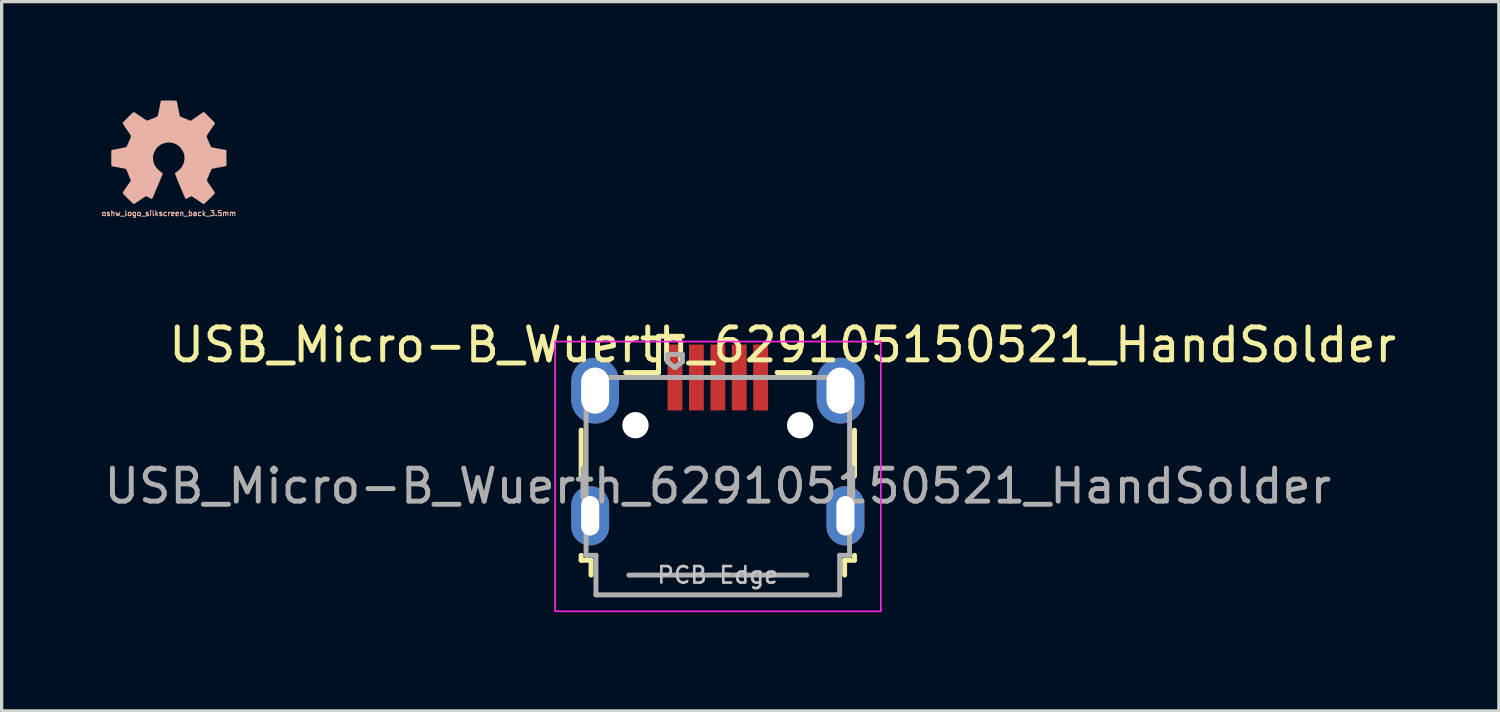
<source format=kicad_pcb>
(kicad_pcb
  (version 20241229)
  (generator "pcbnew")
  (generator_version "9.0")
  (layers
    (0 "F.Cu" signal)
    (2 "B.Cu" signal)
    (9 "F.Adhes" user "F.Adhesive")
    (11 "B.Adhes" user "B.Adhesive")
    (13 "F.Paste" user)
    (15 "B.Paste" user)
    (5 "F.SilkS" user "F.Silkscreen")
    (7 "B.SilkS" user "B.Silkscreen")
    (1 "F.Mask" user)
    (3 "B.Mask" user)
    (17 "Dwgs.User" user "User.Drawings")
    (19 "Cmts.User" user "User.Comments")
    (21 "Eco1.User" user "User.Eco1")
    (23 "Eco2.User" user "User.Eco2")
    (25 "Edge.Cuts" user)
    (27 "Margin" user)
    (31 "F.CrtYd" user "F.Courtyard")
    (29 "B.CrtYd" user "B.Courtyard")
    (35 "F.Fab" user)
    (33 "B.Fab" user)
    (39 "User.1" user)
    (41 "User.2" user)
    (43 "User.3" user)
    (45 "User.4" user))
  (footprint "oshw_logo_silkscreen_back_3.5mm"
    (layer "F.Cu")
    (at 2.077 1.574)
    (property "Reference" "oshw_logo_silkscreen_back_3.5mm" (at 0 1.854 0) (layer "B.SilkS") (effects (font (size 0.157 0.157) (thickness 0.03))))
    (attr through_hole)
    (fp_poly (pts (xy 1.059 1.572) (xy 1.041 1.562) (xy 1.001 1.537) (xy 0.942 1.499) (xy 0.874 1.45) (xy 0.803 1.405) (xy 0.747 1.367) (xy 0.706 1.341) (xy 0.691 1.331) (xy 0.681 1.333) (xy 0.648 1.351) (xy 0.599 1.374) (xy 0.574 1.389) (xy 0.528 1.41) (xy 0.508 1.412) (xy 0.503 1.407) (xy 0.488 1.372) (xy 0.462 1.316) (xy 0.429 1.24) (xy 0.391 1.151) (xy 0.351 1.054) (xy 0.31 0.958) (xy 0.272 0.864) (xy 0.236 0.78) (xy 0.211 0.711) (xy 0.191 0.665) (xy 0.185 0.645) (xy 0.188 0.64) (xy 0.208 0.62) (xy 0.246 0.589) (xy 0.33 0.523) (xy 0.411 0.422) (xy 0.462 0.305) (xy 0.478 0.175) (xy 0.465 0.056) (xy 0.417 -0.056) (xy 0.338 -0.16) (xy 0.241 -0.236) (xy 0.127 -0.284) (xy 0 -0.3) (xy -0.122 -0.287) (xy -0.239 -0.241) (xy -0.34 -0.163) (xy -0.386 -0.112) (xy -0.445 -0.008) (xy -0.48 0.104) (xy -0.483 0.132) (xy -0.478 0.254) (xy -0.442 0.373) (xy -0.376 0.478) (xy -0.287 0.564) (xy -0.274 0.572) (xy -0.234 0.605) (xy -0.206 0.625) (xy -0.183 0.643) (xy -0.34 1.019) (xy -0.366 1.079) (xy -0.409 1.184) (xy -0.447 1.273) (xy -0.475 1.341) (xy -0.498 1.389) (xy -0.505 1.407) (xy -0.508 1.41) (xy -0.521 1.412) (xy -0.549 1.402) (xy -0.602 1.377) (xy -0.638 1.359) (xy -0.678 1.339) (xy -0.696 1.331) (xy -0.711 1.339) (xy -0.749 1.364) (xy -0.805 1.402) (xy -0.871 1.448) (xy -0.937 1.491) (xy -0.996 1.529) (xy -1.039 1.557) (xy -1.059 1.57) (xy -1.062 1.57) (xy -1.082 1.56) (xy -1.115 1.529) (xy -1.166 1.481) (xy -1.24 1.41) (xy -1.25 1.4) (xy -1.311 1.339) (xy -1.359 1.288) (xy -1.389 1.252) (xy -1.402 1.234) (xy -1.392 1.214) (xy -1.364 1.171) (xy -1.326 1.113) (xy -1.278 1.041) (xy -1.153 0.861) (xy -1.222 0.688) (xy -1.242 0.638) (xy -1.27 0.574) (xy -1.288 0.528) (xy -1.298 0.508) (xy -1.318 0.5) (xy -1.364 0.49) (xy -1.433 0.478) (xy -1.514 0.462) (xy -1.59 0.447) (xy -1.661 0.434) (xy -1.709 0.424) (xy -1.732 0.419) (xy -1.737 0.417) (xy -1.742 0.406) (xy -1.745 0.381) (xy -1.748 0.34) (xy -1.748 0.272) (xy -1.748 0.175) (xy -1.748 0.165) (xy -1.748 0.074) (xy -1.745 0) (xy -1.742 -0.046) (xy -1.74 -0.066) (xy -1.72 -0.071) (xy -1.669 -0.081) (xy -1.6 -0.094) (xy -1.516 -0.109) (xy -1.511 -0.112) (xy -1.427 -0.127) (xy -1.359 -0.142) (xy -1.311 -0.152) (xy -1.29 -0.16) (xy -1.285 -0.165) (xy -1.27 -0.198) (xy -1.245 -0.249) (xy -1.219 -0.312) (xy -1.191 -0.376) (xy -1.168 -0.434) (xy -1.153 -0.478) (xy -1.148 -0.498) (xy -1.161 -0.518) (xy -1.189 -0.561) (xy -1.229 -0.62) (xy -1.278 -0.691) (xy -1.28 -0.696) (xy -1.328 -0.767) (xy -1.367 -0.826) (xy -1.392 -0.869) (xy -1.402 -0.886) (xy -1.402 -0.889) (xy -1.387 -0.909) (xy -1.351 -0.95) (xy -1.3 -1.003) (xy -1.237 -1.064) (xy -1.219 -1.082) (xy -1.151 -1.151) (xy -1.102 -1.194) (xy -1.074 -1.217) (xy -1.059 -1.222) (xy -1.039 -1.209) (xy -0.993 -1.179) (xy -0.935 -1.138) (xy -0.864 -1.09) (xy -0.859 -1.087) (xy -0.787 -1.039) (xy -0.729 -1.001) (xy -0.688 -0.973) (xy -0.671 -0.963) (xy -0.668 -0.963) (xy -0.64 -0.97) (xy -0.589 -0.988) (xy -0.528 -1.011) (xy -0.462 -1.036) (xy -0.404 -1.062) (xy -0.361 -1.082) (xy -0.34 -1.095) (xy -0.338 -1.095) (xy -0.333 -1.12) (xy -0.32 -1.173) (xy -0.305 -1.245) (xy -0.29 -1.331) (xy -0.287 -1.344) (xy -0.269 -1.427) (xy -0.257 -1.496) (xy -0.246 -1.544) (xy -0.241 -1.565) (xy -0.231 -1.567) (xy -0.191 -1.57) (xy -0.127 -1.57) (xy -0.051 -1.572) (xy 0.025 -1.572) (xy 0.104 -1.57) (xy 0.17 -1.567) (xy 0.216 -1.565) (xy 0.236 -1.56) (xy 0.244 -1.534) (xy 0.257 -1.481) (xy 0.269 -1.407) (xy 0.287 -1.323) (xy 0.29 -1.308) (xy 0.305 -1.224) (xy 0.32 -1.156) (xy 0.33 -1.11) (xy 0.335 -1.09) (xy 0.343 -1.087) (xy 0.376 -1.072) (xy 0.432 -1.049) (xy 0.5 -1.021) (xy 0.66 -0.955) (xy 0.859 -1.09) (xy 0.876 -1.102) (xy 0.947 -1.151) (xy 1.003 -1.189) (xy 1.044 -1.214) (xy 1.062 -1.224) (xy 1.082 -1.206) (xy 1.123 -1.171) (xy 1.173 -1.118) (xy 1.237 -1.057) (xy 1.283 -1.011) (xy 1.336 -0.955) (xy 1.372 -0.919) (xy 1.389 -0.894) (xy 1.397 -0.881) (xy 1.394 -0.871) (xy 1.382 -0.851) (xy 1.354 -0.808) (xy 1.313 -0.749) (xy 1.265 -0.678) (xy 1.224 -0.62) (xy 1.184 -0.554) (xy 1.156 -0.508) (xy 1.146 -0.485) (xy 1.148 -0.475) (xy 1.161 -0.437) (xy 1.184 -0.378) (xy 1.214 -0.31) (xy 1.283 -0.155) (xy 1.384 -0.135) (xy 1.445 -0.122) (xy 1.532 -0.107) (xy 1.615 -0.089) (xy 1.745 -0.066) (xy 1.75 0.406) (xy 1.73 0.417) (xy 1.709 0.422) (xy 1.661 0.432) (xy 1.593 0.445) (xy 1.514 0.46) (xy 1.445 0.472) (xy 1.377 0.488) (xy 1.326 0.495) (xy 1.303 0.5) (xy 1.298 0.508) (xy 1.28 0.541) (xy 1.257 0.594) (xy 1.229 0.658) (xy 1.201 0.726) (xy 1.176 0.787) (xy 1.161 0.833) (xy 1.153 0.859) (xy 1.163 0.876) (xy 1.189 0.917) (xy 1.227 0.975) (xy 1.275 1.044) (xy 1.321 1.113) (xy 1.361 1.171) (xy 1.389 1.212) (xy 1.4 1.232) (xy 1.394 1.245) (xy 1.367 1.278) (xy 1.316 1.331) (xy 1.237 1.407) (xy 1.224 1.42) (xy 1.163 1.478) (xy 1.113 1.527) (xy 1.077 1.56) (xy 1.059 1.572)) (stroke (width 0.003) (type solid)) (fill yes) (layer "B.SilkS")))
  (footprint "USB_Micro-B_Wuerth_629105150521_HandSolder"
    (layer "F.Cu")
    (at 18.744 10.66)
    (property "Reference" "USB_Micro-B_Wuerth_629105150521_HandSolder" (at 1.968 -3.239 0) (layer "F.SilkS") (effects (font (size 1 1) (thickness 0.15))))
    (attr smd)
    (fp_line (start -4.15 -0.65) (end -4.15 0.75) (stroke (width 0.15) (type solid)) (layer "F.SilkS"))
    (fp_line (start -4.15 3.15) (end -4.15 3.3) (stroke (width 0.15) (type solid)) (layer "F.SilkS"))
    (fp_line (start -4.15 3.3) (end -3.85 3.3) (stroke (width 0.15) (type solid)) (layer "F.SilkS"))
    (fp_line (start -3.85 3.3) (end -3.85 3.75) (stroke (width 0.15) (type solid)) (layer "F.SilkS"))
    (fp_line (start -1.8 -3.5) (end -1.8 -2.4) (stroke (width 0.15) (type solid)) (layer "F.SilkS"))
    (fp_line (start -1.8 -2.4) (end -2.8 -2.4) (stroke (width 0.15) (type solid)) (layer "F.SilkS"))
    (fp_line (start -1.075 -3.5) (end -1.8 -3.5) (stroke (width 0.15) (type solid)) (layer "F.SilkS"))
    (fp_line (start 1.8 -2.4) (end 2.8 -2.4) (stroke (width 0.15) (type solid)) (layer "F.SilkS"))
    (fp_line (start 3.85 3.3) (end 4.15 3.3) (stroke (width 0.15) (type solid)) (layer "F.SilkS"))
    (fp_line (start 3.85 3.75) (end 3.85 3.3) (stroke (width 0.15) (type solid)) (layer "F.SilkS"))
    (fp_line (start 4.15 0.75) (end 4.15 -0.65) (stroke (width 0.15) (type solid)) (layer "F.SilkS"))
    (fp_line (start 4.15 3.3) (end 4.15 3.15) (stroke (width 0.15) (type solid)) (layer "F.SilkS"))
    (fp_line (start -4.94 -3.34) (end -4.94 4.85) (stroke (width 0.05) (type solid)) (layer "F.CrtYd"))
    (fp_line (start -4.94 4.85) (end 4.95 4.85) (stroke (width 0.05) (type solid)) (layer "F.CrtYd"))
    (fp_line (start 4.95 -3.34) (end -4.94 -3.34) (stroke (width 0.05) (type solid)) (layer "F.CrtYd"))
    (fp_line (start 4.95 4.85) (end 4.95 -3.34) (stroke (width 0.05) (type solid)) (layer "F.CrtYd"))
    (fp_line (start -4 -2.25) (end -4 3.15) (stroke (width 0.15) (type solid)) (layer "F.Fab"))
    (fp_line (start -4 3.15) (end -3.7 3.15) (stroke (width 0.15) (type solid)) (layer "F.Fab"))
    (fp_line (start -3.7 3.15) (end -3.7 4.35) (stroke (width 0.15) (type solid)) (layer "F.Fab"))
    (fp_line (start -3.7 4.35) (end 3.7 4.35) (stroke (width 0.15) (type solid)) (layer "F.Fab"))
    (fp_line (start -2.7 3.75) (end 2.7 3.75) (stroke (width 0.15) (type solid)) (layer "F.Fab"))
    (fp_line (start -1.525 -2.95) (end -1.075 -2.95) (stroke (width 0.15) (type solid)) (layer "F.Fab"))
    (fp_line (start -1.525 -2.725) (end -1.525 -2.95) (stroke (width 0.15) (type solid)) (layer "F.Fab"))
    (fp_line (start -1.3 -2.55) (end -1.525 -2.725) (stroke (width 0.15) (type solid)) (layer "F.Fab"))
    (fp_line (start -1.075 -2.95) (end -1.075 -2.725) (stroke (width 0.15) (type solid)) (layer "F.Fab"))
    (fp_line (start -1.075 -2.725) (end -1.3 -2.55) (stroke (width 0.15) (type solid)) (layer "F.Fab"))
    (fp_line (start 3.7 3.15) (end 4 3.15) (stroke (width 0.15) (type solid)) (layer "F.Fab"))
    (fp_line (start 3.7 4.35) (end 3.7 3.15) (stroke (width 0.15) (type solid)) (layer "F.Fab"))
    (fp_line (start 4 -2.25) (end -4 -2.25) (stroke (width 0.15) (type solid)) (layer "F.Fab"))
    (fp_line (start 4 3.15) (end 4 -2.25) (stroke (width 0.15) (type solid)) (layer "F.Fab"))
    (fp_text user "PCB Edge" (at 0 3.75 0) (layer "Dwgs.User") (effects (font (size 0.5 0.5) (thickness 0.08))))
    (fp_text user "${REFERENCE}" (at 0 1.05 0) (layer "F.Fab") (effects (font (size 1 1) (thickness 0.15))))
    (pad "" np_thru_hole oval (at -2.5 -0.8) (size 0.8 0.8) (drill 0.8) (layers "*.Cu" "*.Mask"))
    (pad "" np_thru_hole oval (at 2.5 -0.8) (size 0.8 0.8) (drill 0.8) (layers "*.Cu" "*.Mask"))
    (pad "1" smd rect (at -1.3 -2.25) (size 0.45 2) (layers "F.Cu" "F.Mask" "F.Paste"))
    (pad "2" smd rect (at -0.65 -2.25) (size 0.45 2) (layers "F.Cu" "F.Mask" "F.Paste"))
    (pad "3" smd rect (at 0 -2.25) (size 0.45 2) (layers "F.Cu" "F.Mask" "F.Paste"))
    (pad "4" smd rect (at 0.65 -2.25) (size 0.45 2) (layers "F.Cu" "F.Mask" "F.Paste"))
    (pad "5" smd rect (at 1.3 -2.25) (size 0.45 2) (layers "F.Cu" "F.Mask" "F.Paste"))
    (pad "6" thru_hole oval (at -3.875 1.95) (size 1.15 1.8) (drill oval 0.55 1.2) (layers "*.Cu" "*.Mask"))
    (pad "6" thru_hole oval (at -3.725 -1.85) (size 1.45 2) (drill oval 0.85 1.4) (layers "*.Cu" "*.Mask"))
    (pad "6" thru_hole oval (at 3.725 -1.85) (size 1.45 2) (drill oval 0.85 1.4) (layers "*.Cu" "*.Mask"))
    (pad "6" thru_hole oval (at 3.875 1.95) (size 1.15 1.8) (drill oval 0.55 1.2) (layers "*.Cu" "*.Mask")))
  (gr_rect
    (start -3 -3)
    (end 42.457 18.535)
    (stroke (width 0.1) (type default))
    (fill no)
    (layer "Edge.Cuts")))
</source>
